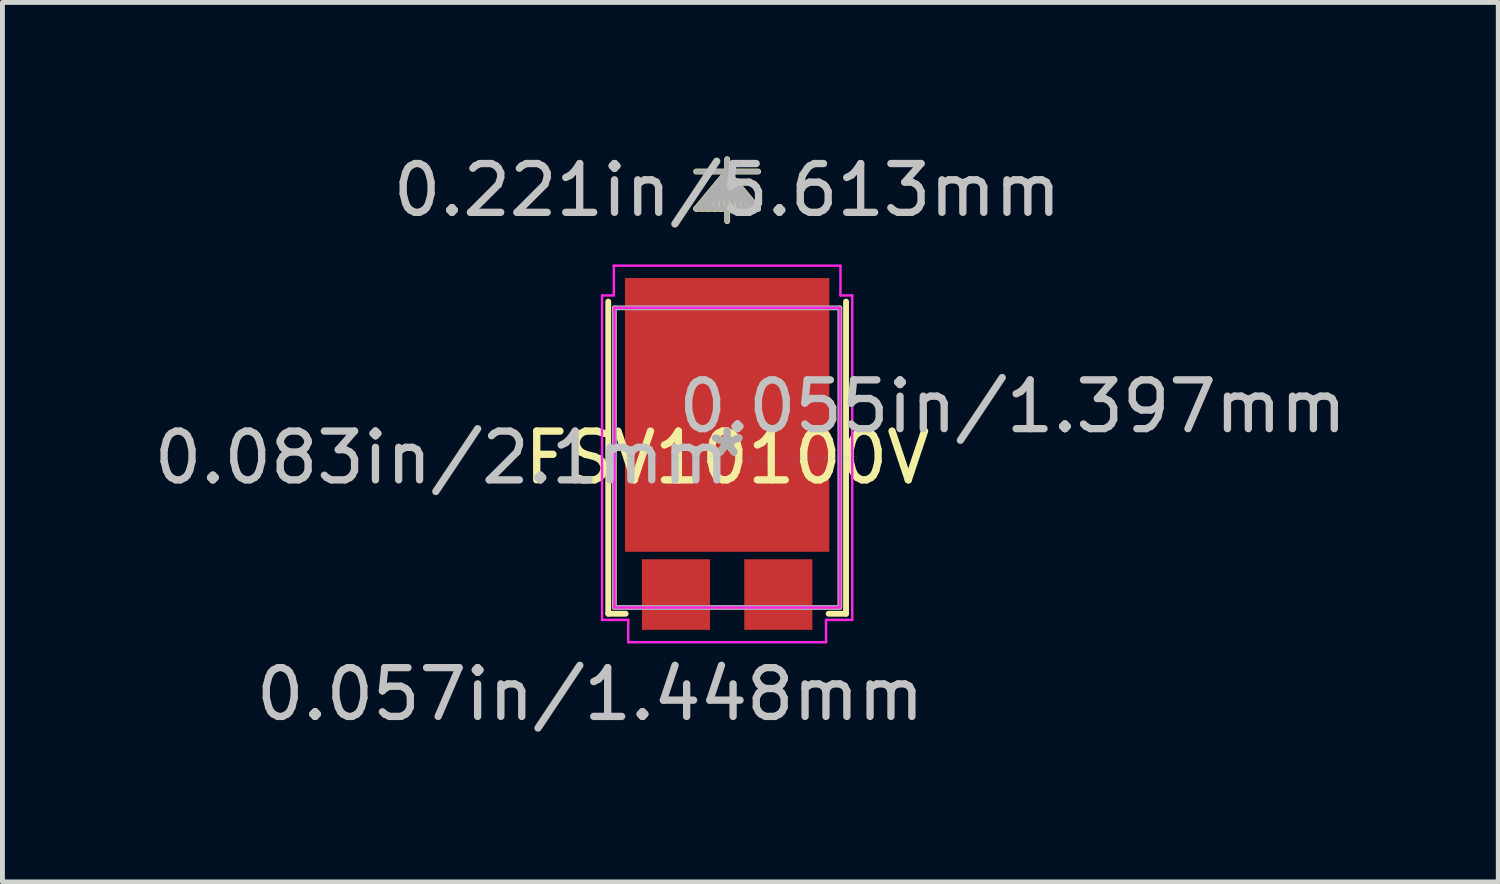
<source format=kicad_pcb>
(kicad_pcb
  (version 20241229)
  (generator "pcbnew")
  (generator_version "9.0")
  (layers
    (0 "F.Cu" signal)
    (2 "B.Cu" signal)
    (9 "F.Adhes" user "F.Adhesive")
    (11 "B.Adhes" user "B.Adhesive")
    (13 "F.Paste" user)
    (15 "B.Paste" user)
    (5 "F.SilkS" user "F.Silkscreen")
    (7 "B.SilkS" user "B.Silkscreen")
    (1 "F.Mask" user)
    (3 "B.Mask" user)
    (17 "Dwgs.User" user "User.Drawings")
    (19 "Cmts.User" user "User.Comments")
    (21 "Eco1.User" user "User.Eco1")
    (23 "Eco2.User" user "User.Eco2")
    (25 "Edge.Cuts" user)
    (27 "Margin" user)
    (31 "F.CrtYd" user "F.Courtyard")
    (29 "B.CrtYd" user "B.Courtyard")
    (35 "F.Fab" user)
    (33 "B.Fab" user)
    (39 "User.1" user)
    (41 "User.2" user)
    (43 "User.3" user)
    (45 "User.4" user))
  (footprint "FSV10100V"
    (layer "F.Cu")
    (at 11.861 6.335)
    (property "Reference" "FSV10100V" (at 0 0 0) (layer "F.SilkS") (effects (font (size 1 1) (thickness 0.15))))
    (attr through_hole)
    (fp_line (start -2.438 -3.2) (end -2.438 3.2) (stroke (width 0.12) (type solid)) (layer "F.SilkS"))
    (fp_line (start -2.438 3.2) (end -2.081 3.2) (stroke (width 0.12) (type solid)) (layer "F.SilkS"))
    (fp_line (start 0 -5.867) (end -0.635 -5.105) (stroke (width 0.12) (type solid)) (layer "F.SilkS"))
    (fp_line (start 0 -5.867) (end -0.508 -5.105) (stroke (width 0.12) (type solid)) (layer "F.SilkS"))
    (fp_line (start 0 -5.867) (end -0.381 -5.105) (stroke (width 0.12) (type solid)) (layer "F.SilkS"))
    (fp_line (start 0 -5.867) (end -0.254 -5.105) (stroke (width 0.12) (type solid)) (layer "F.SilkS"))
    (fp_line (start 0 -5.867) (end -0.127 -5.105) (stroke (width 0.12) (type solid)) (layer "F.SilkS"))
    (fp_line (start 0 -5.867) (end 0.127 -5.105) (stroke (width 0.12) (type solid)) (layer "F.SilkS"))
    (fp_line (start 0 -5.867) (end 0.254 -5.105) (stroke (width 0.12) (type solid)) (layer "F.SilkS"))
    (fp_line (start 0 -5.867) (end 0.381 -5.105) (stroke (width 0.12) (type solid)) (layer "F.SilkS"))
    (fp_line (start 0 -5.867) (end 0.508 -5.105) (stroke (width 0.12) (type solid)) (layer "F.SilkS"))
    (fp_line (start 0 -5.867) (end 0.635 -5.105) (stroke (width 0.12) (type solid)) (layer "F.SilkS"))
    (fp_line (start 0 -4.851) (end 0 -6.121) (stroke (width 0.12) (type solid)) (layer "F.SilkS"))
    (fp_line (start 0.635 -5.867) (end -0.635 -5.867) (stroke (width 0.12) (type solid)) (layer "F.SilkS"))
    (fp_line (start 0.635 -5.105) (end -0.635 -5.105) (stroke (width 0.12) (type solid)) (layer "F.SilkS"))
    (fp_line (start 2.081 3.2) (end 2.438 3.2) (stroke (width 0.12) (type solid)) (layer "F.SilkS"))
    (fp_line (start 2.438 3.2) (end 2.438 -3.2) (stroke (width 0.12) (type solid)) (layer "F.SilkS"))
    (fp_line (start -2.565 -3.327) (end -2.324 -3.327) (stroke (width 0.05) (type solid)) (layer "F.CrtYd"))
    (fp_line (start -2.565 3.327) (end -2.565 -3.327) (stroke (width 0.05) (type solid)) (layer "F.CrtYd"))
    (fp_line (start -2.324 -3.937) (end 2.324 -3.937) (stroke (width 0.05) (type solid)) (layer "F.CrtYd"))
    (fp_line (start -2.324 -3.327) (end -2.324 -3.937) (stroke (width 0.05) (type solid)) (layer "F.CrtYd"))
    (fp_line (start -2.311 -3.073) (end 2.311 -3.073) (stroke (width 0.05) (type solid)) (layer "F.CrtYd"))
    (fp_line (start -2.311 3.073) (end -2.311 -3.073) (stroke (width 0.05) (type solid)) (layer "F.CrtYd"))
    (fp_line (start -2.028 3.327) (end -2.565 3.327) (stroke (width 0.05) (type solid)) (layer "F.CrtYd"))
    (fp_line (start -2.028 3.785) (end -2.028 3.327) (stroke (width 0.05) (type solid)) (layer "F.CrtYd"))
    (fp_line (start 2.028 3.327) (end 2.028 3.785) (stroke (width 0.05) (type solid)) (layer "F.CrtYd"))
    (fp_line (start 2.028 3.785) (end -2.028 3.785) (stroke (width 0.05) (type solid)) (layer "F.CrtYd"))
    (fp_line (start 2.311 -3.073) (end 2.311 3.073) (stroke (width 0.05) (type solid)) (layer "F.CrtYd"))
    (fp_line (start 2.311 3.073) (end -2.311 3.073) (stroke (width 0.05) (type solid)) (layer "F.CrtYd"))
    (fp_line (start 2.324 -3.937) (end 2.324 -3.327) (stroke (width 0.05) (type solid)) (layer "F.CrtYd"))
    (fp_line (start 2.324 -3.327) (end 2.565 -3.327) (stroke (width 0.05) (type solid)) (layer "F.CrtYd"))
    (fp_line (start 2.565 -3.327) (end 2.565 3.327) (stroke (width 0.05) (type solid)) (layer "F.CrtYd"))
    (fp_line (start 2.565 3.327) (end 2.028 3.327) (stroke (width 0.05) (type solid)) (layer "F.CrtYd"))
    (fp_line (start -2.311 -3.073) (end -2.311 3.073) (stroke (width 0.1) (type solid)) (layer "F.Fab"))
    (fp_line (start -2.311 3.073) (end 2.311 3.073) (stroke (width 0.1) (type solid)) (layer "F.Fab"))
    (fp_line (start 0 -5.867) (end -0.635 -5.105) (stroke (width 0.1) (type solid)) (layer "F.Fab"))
    (fp_line (start 0 -5.867) (end -0.508 -5.105) (stroke (width 0.1) (type solid)) (layer "F.Fab"))
    (fp_line (start 0 -5.867) (end -0.381 -5.105) (stroke (width 0.1) (type solid)) (layer "F.Fab"))
    (fp_line (start 0 -5.867) (end -0.254 -5.105) (stroke (width 0.1) (type solid)) (layer "F.Fab"))
    (fp_line (start 0 -5.867) (end -0.127 -5.105) (stroke (width 0.1) (type solid)) (layer "F.Fab"))
    (fp_line (start 0 -5.867) (end 0.127 -5.105) (stroke (width 0.1) (type solid)) (layer "F.Fab"))
    (fp_line (start 0 -5.867) (end 0.254 -5.105) (stroke (width 0.1) (type solid)) (layer "F.Fab"))
    (fp_line (start 0 -5.867) (end 0.381 -5.105) (stroke (width 0.1) (type solid)) (layer "F.Fab"))
    (fp_line (start 0 -5.867) (end 0.508 -5.105) (stroke (width 0.1) (type solid)) (layer "F.Fab"))
    (fp_line (start 0 -5.867) (end 0.635 -5.105) (stroke (width 0.1) (type solid)) (layer "F.Fab"))
    (fp_line (start 0 -4.851) (end 0 -6.121) (stroke (width 0.1) (type solid)) (layer "F.Fab"))
    (fp_line (start 0.635 -5.867) (end -0.635 -5.867) (stroke (width 0.1) (type solid)) (layer "F.Fab"))
    (fp_line (start 0.635 -5.105) (end -0.635 -5.105) (stroke (width 0.1) (type solid)) (layer "F.Fab"))
    (fp_line (start 2.311 -3.073) (end -2.311 -3.073) (stroke (width 0.1) (type solid)) (layer "F.Fab"))
    (fp_line (start 2.311 3.073) (end 2.311 -3.073) (stroke (width 0.1) (type solid)) (layer "F.Fab"))
    (fp_text user "*" (at 0 0 0) (layer "F.SilkS") (effects (font (size 1 1) (thickness 0.15))))
    (fp_text user "0.057in/1.448mm" (at -2.807 4.851 0) (layer "Dwgs.User") (effects (font (size 1 1) (thickness 0.15))))
    (fp_text user "0.221in/5.613mm" (at 0 -5.486 0) (layer "Dwgs.User") (effects (font (size 1 1) (thickness 0.15))))
    (fp_text user "0.083in/2.1mm" (at -5.855 0 0) (layer "Dwgs.User") (effects (font (size 1 1) (thickness 0.15))))
    (fp_text user "0.055in/1.397mm" (at 5.855 -1.05 0) (layer "Dwgs.User") (effects (font (size 1 1) (thickness 0.15))))
    (fp_text user "Copyright 2021 Accelerated Designs. All rights reserved." (at 0 0 0) (layer "Cmts.User") (effects (font (size 0.127 0.127) (thickness 0.002))))
    (fp_text user "*" (at 0 0 0) (layer "F.Fab") (effects (font (size 1 1) (thickness 0.15))))
    (pad "1" smd rect (at 1.05 2.807 90) (size 1.448 1.397) (layers "F.Cu" "F.Mask" "F.Paste"))
    (pad "2" smd rect (at -1.05 2.807 90) (size 1.448 1.397) (layers "F.Cu" "F.Mask" "F.Paste"))
    (pad "3" smd rect (at 0 -0.876 90) (size 5.613 4.191) (layers "F.Cu" "F.Mask" "F.Paste")))
  (gr_rect
    (start -3 -3)
    (end 27.674 15.034)
    (stroke (width 0.1) (type default))
    (fill no)
    (layer "Edge.Cuts")))
</source>
